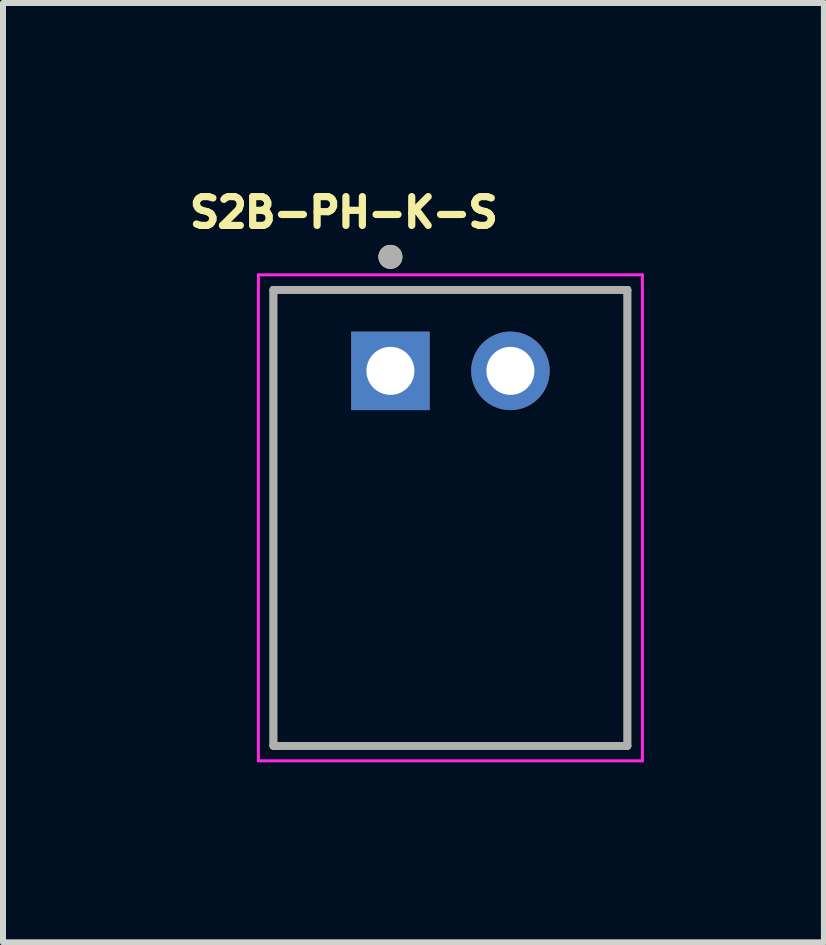
<source format=kicad_pcb>
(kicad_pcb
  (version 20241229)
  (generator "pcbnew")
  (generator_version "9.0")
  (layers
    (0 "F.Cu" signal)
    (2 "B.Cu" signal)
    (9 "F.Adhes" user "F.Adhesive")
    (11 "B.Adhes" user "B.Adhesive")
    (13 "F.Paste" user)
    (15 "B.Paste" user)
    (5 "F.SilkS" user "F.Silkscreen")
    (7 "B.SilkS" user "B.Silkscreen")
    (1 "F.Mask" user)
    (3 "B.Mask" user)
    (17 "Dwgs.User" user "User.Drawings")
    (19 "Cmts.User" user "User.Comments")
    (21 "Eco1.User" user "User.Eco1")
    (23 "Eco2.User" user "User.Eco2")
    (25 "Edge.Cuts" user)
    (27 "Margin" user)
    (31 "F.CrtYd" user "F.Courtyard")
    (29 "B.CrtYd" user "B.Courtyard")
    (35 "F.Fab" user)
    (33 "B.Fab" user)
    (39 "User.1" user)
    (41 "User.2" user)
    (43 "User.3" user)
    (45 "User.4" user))
  (footprint "S2B-PH-K-S"
    (layer "F.Cu")
    (at 4.457 3.131)
    (property "Reference" "S2B-PH-K-S" (at -1.776 -2.64 0) (layer "F.SilkS") (effects (font (size 0.48 0.48) (thickness 0.15))))
    (attr through_hole)
    (fp_line (start -2.95 -1.35) (end 2.95 -1.35) (stroke (width 0.127) (type solid)) (layer "F.SilkS"))
    (fp_line (start -2.95 6.25) (end -2.95 -1.35) (stroke (width 0.127) (type solid)) (layer "F.SilkS"))
    (fp_line (start 2.95 -1.35) (end 2.95 6.25) (stroke (width 0.127) (type solid)) (layer "F.SilkS"))
    (fp_line (start 2.95 6.25) (end -2.95 6.25) (stroke (width 0.127) (type solid)) (layer "F.SilkS"))
    (fp_circle (center -1 -1.9) (end -0.9 -1.9) (stroke (width 0.2) (type solid)) (fill no) (layer "F.SilkS"))
    (fp_line (start -3.2 -1.6) (end 3.2 -1.6) (stroke (width 0.05) (type solid)) (layer "F.CrtYd"))
    (fp_line (start -3.2 6.5) (end -3.2 -1.6) (stroke (width 0.05) (type solid)) (layer "F.CrtYd"))
    (fp_line (start 3.2 -1.6) (end 3.2 6.5) (stroke (width 0.05) (type solid)) (layer "F.CrtYd"))
    (fp_line (start 3.2 6.5) (end -3.2 6.5) (stroke (width 0.05) (type solid)) (layer "F.CrtYd"))
    (fp_line (start -2.95 -1.35) (end 2.95 -1.35) (stroke (width 0.127) (type solid)) (layer "F.Fab"))
    (fp_line (start -2.95 6.25) (end -2.95 -1.35) (stroke (width 0.127) (type solid)) (layer "F.Fab"))
    (fp_line (start 2.95 -1.35) (end 2.95 6.25) (stroke (width 0.127) (type solid)) (layer "F.Fab"))
    (fp_line (start 2.95 6.25) (end -2.95 6.25) (stroke (width 0.127) (type solid)) (layer "F.Fab"))
    (fp_circle (center -1 -1.9) (end -0.9 -1.9) (stroke (width 0.2) (type solid)) (fill no) (layer "F.Fab"))
    (pad "1" thru_hole rect (at -1 0) (size 1.308 1.308) (drill 0.8) (layers "*.Cu" "*.Mask"))
    (pad "2" thru_hole circle (at 1 0) (size 1.308 1.308) (drill 0.8) (layers "*.Cu" "*.Mask")))
  (gr_rect
    (start -3 -3)
    (end 10.682 12.656)
    (stroke (width 0.1) (type default))
    (fill no)
    (layer "Edge.Cuts")))
</source>
